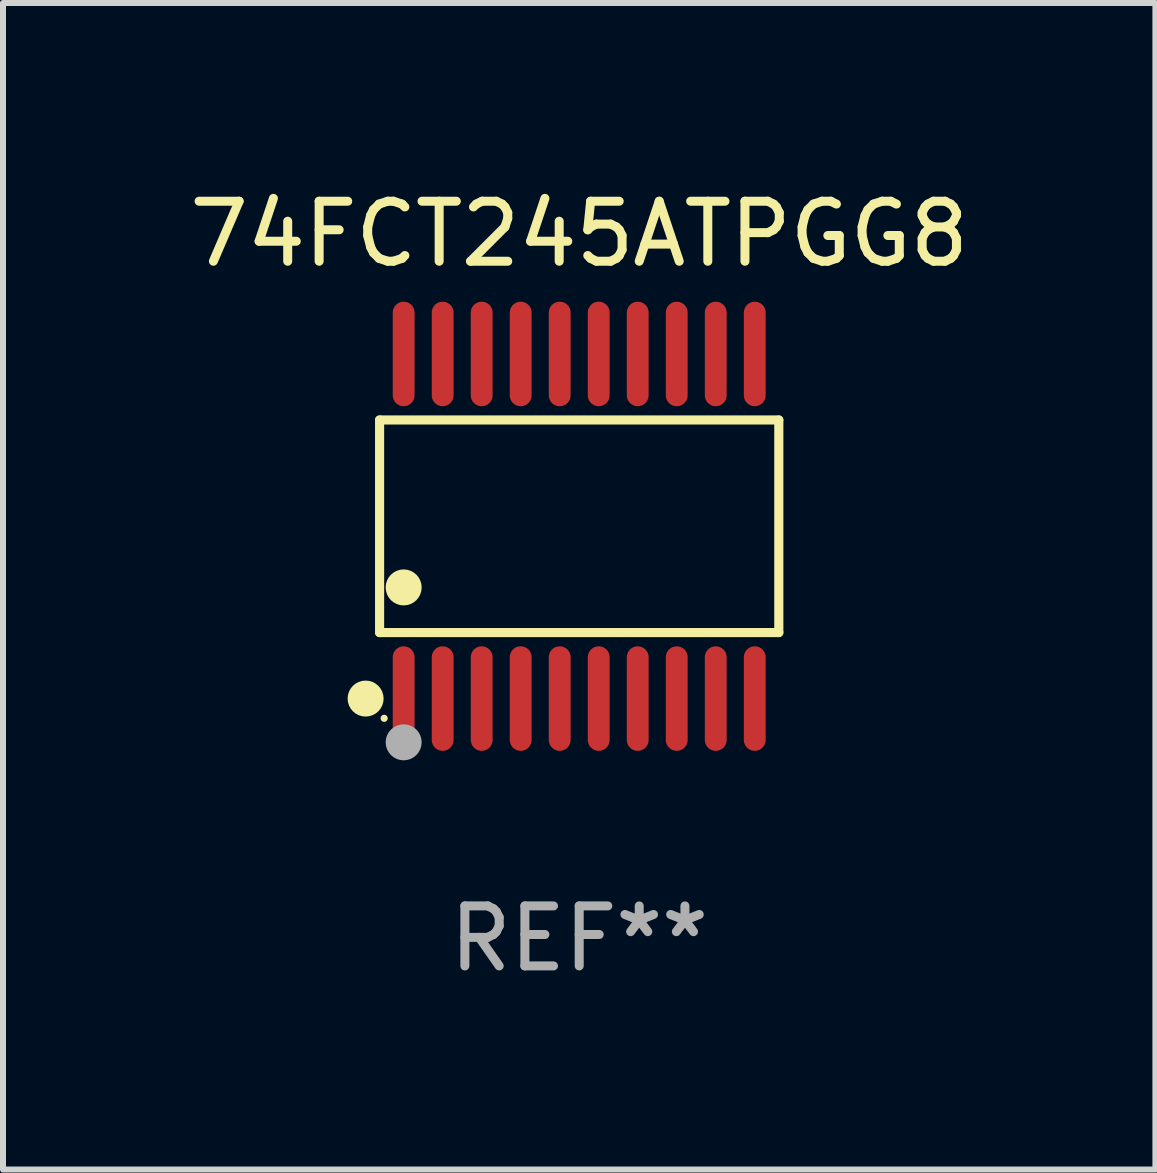
<source format=kicad_pcb>
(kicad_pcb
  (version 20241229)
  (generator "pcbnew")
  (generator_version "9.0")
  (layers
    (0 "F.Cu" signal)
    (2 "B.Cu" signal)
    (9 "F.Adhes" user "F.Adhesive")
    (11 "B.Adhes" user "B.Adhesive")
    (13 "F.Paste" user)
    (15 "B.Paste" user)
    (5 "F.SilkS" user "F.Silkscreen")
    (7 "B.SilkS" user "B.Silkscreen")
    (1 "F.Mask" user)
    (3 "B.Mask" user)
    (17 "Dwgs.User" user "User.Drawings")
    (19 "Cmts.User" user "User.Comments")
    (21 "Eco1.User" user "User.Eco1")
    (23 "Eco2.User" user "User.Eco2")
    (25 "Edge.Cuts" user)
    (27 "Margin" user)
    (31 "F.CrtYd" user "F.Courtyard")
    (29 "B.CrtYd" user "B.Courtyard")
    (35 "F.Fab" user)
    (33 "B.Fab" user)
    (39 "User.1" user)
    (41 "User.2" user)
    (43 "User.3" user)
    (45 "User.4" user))
  (footprint "74FCT245ATPGG8"
    (layer "F.Cu")
    (at 6.601 5.719)
    (property "Reference" "74FCT245ATPGG8" (at 0 -4.871 0) (layer "F.SilkS") (effects (font (size 1 1) (thickness 0.15))))
    (attr through_hole)
    (fp_line (start -3.326 -1.771) (end 3.326 -1.771) (stroke (width 0.152) (type solid)) (layer "F.SilkS"))
    (fp_line (start -3.326 1.771) (end -3.326 -1.771) (stroke (width 0.152) (type solid)) (layer "F.SilkS"))
    (fp_line (start 3.326 -1.771) (end 3.326 1.771) (stroke (width 0.152) (type solid)) (layer "F.SilkS"))
    (fp_line (start 3.326 1.771) (end -3.326 1.771) (stroke (width 0.152) (type solid)) (layer "F.SilkS"))
    (fp_circle (center -3.559 2.871) (end -3.409 2.871) (stroke (width 0.3) (type solid)) (fill no) (layer "F.SilkS"))
    (fp_circle (center -3.25 3.2) (end -3.22 3.2) (stroke (width 0.06) (type solid)) (fill no) (layer "F.SilkS"))
    (fp_circle (center -2.925 1.019) (end -2.775 1.019) (stroke (width 0.3) (type solid)) (fill no) (layer "F.SilkS"))
    (fp_circle (center -2.925 3.6) (end -2.775 3.6) (stroke (width 0.3) (type solid)) (fill no) (layer "F.Fab"))
    (fp_text user "REF**" (at 0 6.871 0) (layer "F.Fab") (effects (font (size 1 1) (thickness 0.15))))
    (pad "1" smd oval (at -2.925 2.871) (size 0.364 1.742) (layers "F.Cu" "F.Mask" "F.Paste"))
    (pad "2" smd oval (at -2.275 2.871) (size 0.364 1.742) (layers "F.Cu" "F.Mask" "F.Paste"))
    (pad "3" smd oval (at -1.625 2.871) (size 0.364 1.742) (layers "F.Cu" "F.Mask" "F.Paste"))
    (pad "4" smd oval (at -0.975 2.871) (size 0.364 1.742) (layers "F.Cu" "F.Mask" "F.Paste"))
    (pad "5" smd oval (at -0.325 2.871) (size 0.364 1.742) (layers "F.Cu" "F.Mask" "F.Paste"))
    (pad "6" smd oval (at 0.325 2.871) (size 0.364 1.742) (layers "F.Cu" "F.Mask" "F.Paste"))
    (pad "7" smd oval (at 0.975 2.871) (size 0.364 1.742) (layers "F.Cu" "F.Mask" "F.Paste"))
    (pad "8" smd oval (at 1.625 2.871) (size 0.364 1.742) (layers "F.Cu" "F.Mask" "F.Paste"))
    (pad "9" smd oval (at 2.275 2.871) (size 0.364 1.742) (layers "F.Cu" "F.Mask" "F.Paste"))
    (pad "10" smd oval (at 2.925 2.871) (size 0.364 1.742) (layers "F.Cu" "F.Mask" "F.Paste"))
    (pad "11" smd oval (at 2.925 -2.871) (size 0.364 1.742) (layers "F.Cu" "F.Mask" "F.Paste"))
    (pad "12" smd oval (at 2.275 -2.871) (size 0.364 1.742) (layers "F.Cu" "F.Mask" "F.Paste"))
    (pad "13" smd oval (at 1.625 -2.871) (size 0.364 1.742) (layers "F.Cu" "F.Mask" "F.Paste"))
    (pad "14" smd oval (at 0.975 -2.871) (size 0.364 1.742) (layers "F.Cu" "F.Mask" "F.Paste"))
    (pad "15" smd oval (at 0.325 -2.871) (size 0.364 1.742) (layers "F.Cu" "F.Mask" "F.Paste"))
    (pad "16" smd oval (at -0.325 -2.871) (size 0.364 1.742) (layers "F.Cu" "F.Mask" "F.Paste"))
    (pad "17" smd oval (at -0.975 -2.871) (size 0.364 1.742) (layers "F.Cu" "F.Mask" "F.Paste"))
    (pad "18" smd oval (at -1.625 -2.871) (size 0.364 1.742) (layers "F.Cu" "F.Mask" "F.Paste"))
    (pad "19" smd oval (at -2.275 -2.871) (size 0.364 1.742) (layers "F.Cu" "F.Mask" "F.Paste"))
    (pad "20" smd oval (at -2.925 -2.871) (size 0.364 1.742) (layers "F.Cu" "F.Mask" "F.Paste")))
  (gr_rect
    (start -3 -3)
    (end 16.202 16.438)
    (stroke (width 0.1) (type default))
    (fill no)
    (layer "Edge.Cuts")))
</source>
